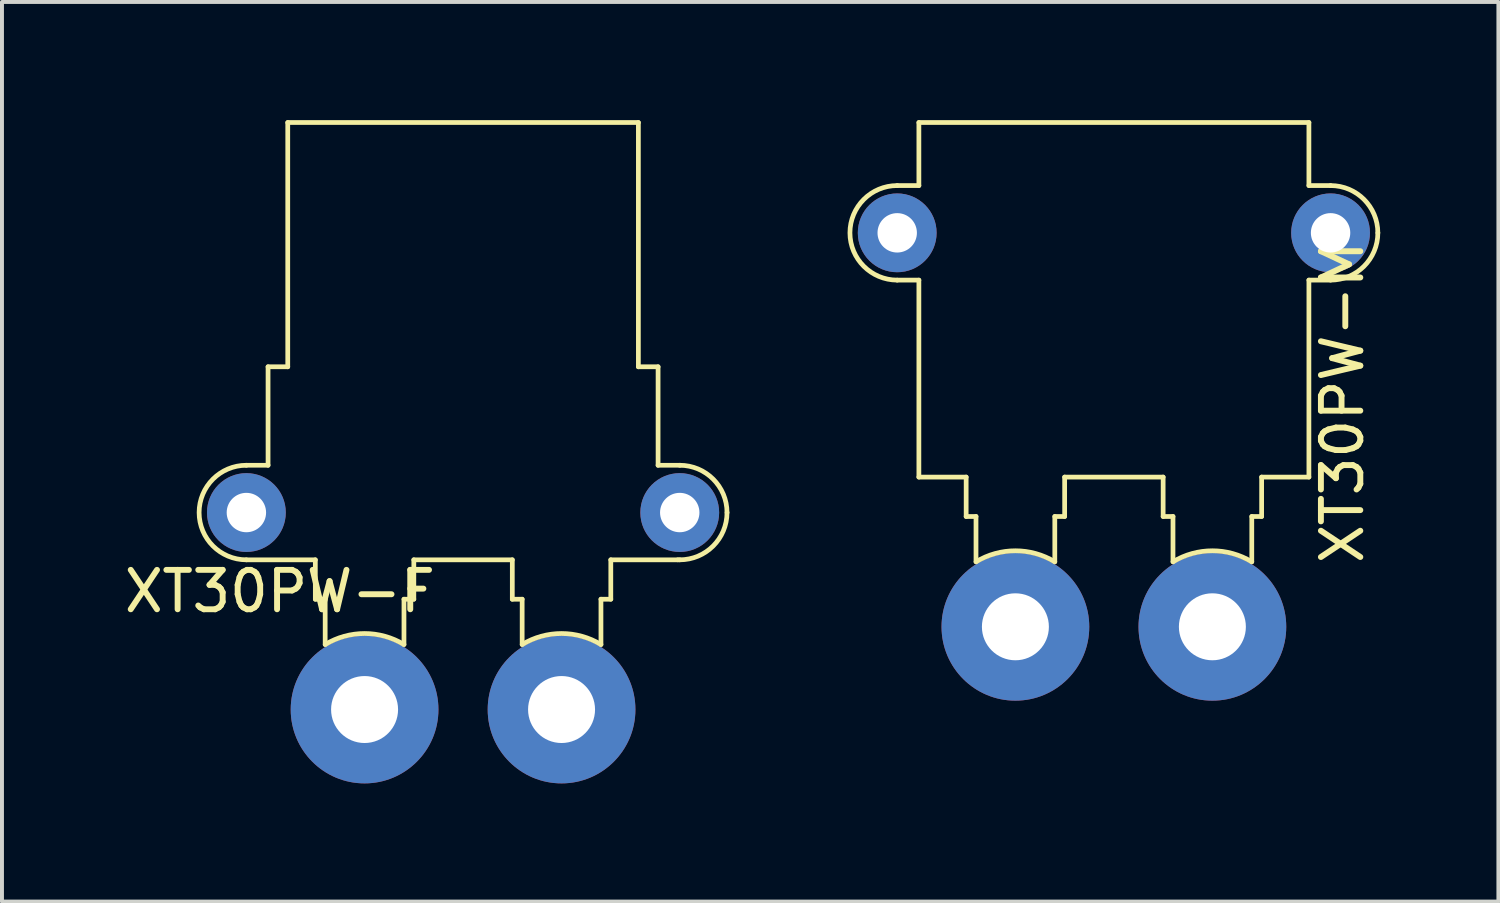
<source format=kicad_pcb>
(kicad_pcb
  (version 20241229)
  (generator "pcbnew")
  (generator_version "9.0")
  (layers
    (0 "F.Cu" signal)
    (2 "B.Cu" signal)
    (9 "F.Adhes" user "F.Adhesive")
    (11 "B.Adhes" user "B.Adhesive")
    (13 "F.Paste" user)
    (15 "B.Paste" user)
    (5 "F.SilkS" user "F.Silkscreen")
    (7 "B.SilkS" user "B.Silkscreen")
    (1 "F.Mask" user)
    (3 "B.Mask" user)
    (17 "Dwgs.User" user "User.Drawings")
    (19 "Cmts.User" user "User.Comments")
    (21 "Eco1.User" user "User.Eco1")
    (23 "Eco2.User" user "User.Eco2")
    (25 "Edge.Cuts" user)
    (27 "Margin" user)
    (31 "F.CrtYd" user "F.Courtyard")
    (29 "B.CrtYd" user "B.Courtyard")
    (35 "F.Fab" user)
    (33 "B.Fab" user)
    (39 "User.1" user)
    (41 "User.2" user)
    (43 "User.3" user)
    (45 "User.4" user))
  (footprint "XT30PW-M"
    (layer "F.Cu")
    (at 22.724 12.86)
    (property "Reference" "XT30PW-M" (at 8.3 -5.7 90) (layer "F.SilkS") (effects (font (size 1 1) (thickness 0.15))))
    (attr through_hole)
    (fp_line (start -3 -11.2) (end -2.45 -11.2) (stroke (width 0.12) (type solid)) (layer "F.SilkS"))
    (fp_line (start -2.45 -11.2) (end -2.45 -12.8) (stroke (width 0.12) (type solid)) (layer "F.SilkS"))
    (fp_line (start -2.45 -8.8) (end -3 -8.8) (stroke (width 0.12) (type solid)) (layer "F.SilkS"))
    (fp_line (start -2.45 -8.8) (end -2.45 -3.8) (stroke (width 0.12) (type solid)) (layer "F.SilkS"))
    (fp_line (start -2.45 -3.8) (end -1.25 -3.8) (stroke (width 0.12) (type solid)) (layer "F.SilkS"))
    (fp_line (start -1.25 -3.8) (end -1.25 -2.8) (stroke (width 0.12) (type solid)) (layer "F.SilkS"))
    (fp_line (start -1.25 -2.8) (end -1 -2.8) (stroke (width 0.12) (type solid)) (layer "F.SilkS"))
    (fp_line (start -1 -2.8) (end -1 -1.65) (stroke (width 0.12) (type solid)) (layer "F.SilkS"))
    (fp_line (start 1 -2.8) (end 1 -1.65) (stroke (width 0.12) (type solid)) (layer "F.SilkS"))
    (fp_line (start 1 -2.8) (end 1.25 -2.8) (stroke (width 0.12) (type solid)) (layer "F.SilkS"))
    (fp_line (start 1.25 -3.8) (end 3.75 -3.8) (stroke (width 0.12) (type solid)) (layer "F.SilkS"))
    (fp_line (start 1.25 -2.8) (end 1.25 -3.8) (stroke (width 0.12) (type solid)) (layer "F.SilkS"))
    (fp_line (start 3.75 -3.8) (end 3.75 -2.8) (stroke (width 0.12) (type solid)) (layer "F.SilkS"))
    (fp_line (start 3.75 -2.8) (end 4 -2.8) (stroke (width 0.12) (type solid)) (layer "F.SilkS"))
    (fp_line (start 4 -2.8) (end 4 -1.65) (stroke (width 0.12) (type solid)) (layer "F.SilkS"))
    (fp_line (start 6 -2.8) (end 6 -1.65) (stroke (width 0.12) (type solid)) (layer "F.SilkS"))
    (fp_line (start 6 -2.8) (end 6.25 -2.8) (stroke (width 0.12) (type solid)) (layer "F.SilkS"))
    (fp_line (start 6.25 -3.8) (end 7.45 -3.8) (stroke (width 0.12) (type solid)) (layer "F.SilkS"))
    (fp_line (start 6.25 -2.8) (end 6.25 -3.8) (stroke (width 0.12) (type solid)) (layer "F.SilkS"))
    (fp_line (start 7.45 -12.8) (end -2.45 -12.8) (stroke (width 0.12) (type solid)) (layer "F.SilkS"))
    (fp_line (start 7.45 -11.2) (end 7.45 -12.8) (stroke (width 0.12) (type solid)) (layer "F.SilkS"))
    (fp_line (start 7.45 -11.2) (end 8 -11.2) (stroke (width 0.12) (type solid)) (layer "F.SilkS"))
    (fp_line (start 7.45 -8.8) (end 7.45 -3.8) (stroke (width 0.12) (type solid)) (layer "F.SilkS"))
    (fp_line (start 7.45 -8.8) (end 8 -8.8) (stroke (width 0.12) (type solid)) (layer "F.SilkS"))
    (fp_arc (start -3 -8.8) (mid -4.2 -10) (end -3 -11.2) (stroke (width 0.12) (type solid)) (layer "F.SilkS"))
    (fp_arc (start -0.998939 -1.650641) (mid 0.00062 -1.929377) (end 0.999999 -1.649999) (stroke (width 0.12) (type solid)) (layer "F.SilkS"))
    (fp_arc (start 4.001061 -1.650641) (mid 5.00062 -1.929377) (end 5.999999 -1.649999) (stroke (width 0.12) (type solid)) (layer "F.SilkS"))
    (fp_arc (start 8 -11.2) (mid 8.848528 -10.848528) (end 9.2 -10) (stroke (width 0.12) (type solid)) (layer "F.SilkS"))
    (fp_arc (start 9.2 -10) (mid 8.848528 -9.151472) (end 8 -8.8) (stroke (width 0.12) (type solid)) (layer "F.SilkS"))
    (pad "" thru_hole circle (at -3 -10) (size 2 2) (drill 1) (layers "*.Cu" "*.Mask"))
    (pad "" thru_hole circle (at 8 -10) (size 2 2) (drill 1) (layers "*.Cu" "*.Mask"))
    (pad "1" thru_hole circle (at 0 0) (size 3.75 3.75) (drill 1.7) (layers "*.Cu" "*.Mask"))
    (pad "2" thru_hole circle (at 5 0) (size 3.75 3.75) (drill 1.7) (layers "*.Cu" "*.Mask")))
  (footprint "XT30PW-F"
    (layer "F.Cu")
    (at 6.204 14.96)
    (property "Reference" "XT30PW-F" (at -2.15 -3 0) (layer "F.SilkS") (effects (font (size 1 1) (thickness 0.15))))
    (attr through_hole)
    (fp_line (start -3 -6.2) (end -2.45 -6.2) (stroke (width 0.12) (type solid)) (layer "F.SilkS"))
    (fp_line (start -3 -3.8) (end -1.25 -3.8) (stroke (width 0.12) (type solid)) (layer "F.SilkS"))
    (fp_line (start -2.45 -6.2) (end -2.45 -8.7) (stroke (width 0.12) (type solid)) (layer "F.SilkS"))
    (fp_line (start -1.95 -8.7) (end -2.45 -8.7) (stroke (width 0.12) (type solid)) (layer "F.SilkS"))
    (fp_line (start -1.95 -8.7) (end -1.95 -14.9) (stroke (width 0.12) (type solid)) (layer "F.SilkS"))
    (fp_line (start -1.25 -3.8) (end -1.25 -2.8) (stroke (width 0.12) (type solid)) (layer "F.SilkS"))
    (fp_line (start -1.25 -2.8) (end -1 -2.8) (stroke (width 0.12) (type solid)) (layer "F.SilkS"))
    (fp_line (start -1 -2.8) (end -1 -1.65) (stroke (width 0.12) (type solid)) (layer "F.SilkS"))
    (fp_line (start 1 -2.8) (end 1 -1.65) (stroke (width 0.12) (type solid)) (layer "F.SilkS"))
    (fp_line (start 1 -2.8) (end 1.25 -2.8) (stroke (width 0.12) (type solid)) (layer "F.SilkS"))
    (fp_line (start 1.25 -3.8) (end 3.75 -3.8) (stroke (width 0.12) (type solid)) (layer "F.SilkS"))
    (fp_line (start 1.25 -2.8) (end 1.25 -3.8) (stroke (width 0.12) (type solid)) (layer "F.SilkS"))
    (fp_line (start 3.75 -3.8) (end 3.75 -2.8) (stroke (width 0.12) (type solid)) (layer "F.SilkS"))
    (fp_line (start 3.75 -2.8) (end 4 -2.8) (stroke (width 0.12) (type solid)) (layer "F.SilkS"))
    (fp_line (start 4 -2.8) (end 4 -1.65) (stroke (width 0.12) (type solid)) (layer "F.SilkS"))
    (fp_line (start 6 -2.8) (end 6 -1.65) (stroke (width 0.12) (type solid)) (layer "F.SilkS"))
    (fp_line (start 6 -2.8) (end 6.25 -2.8) (stroke (width 0.12) (type solid)) (layer "F.SilkS"))
    (fp_line (start 6.25 -3.8) (end 7.95 -3.8) (stroke (width 0.12) (type solid)) (layer "F.SilkS"))
    (fp_line (start 6.25 -2.8) (end 6.25 -3.8) (stroke (width 0.12) (type solid)) (layer "F.SilkS"))
    (fp_line (start 6.95 -14.9) (end -1.95 -14.9) (stroke (width 0.12) (type solid)) (layer "F.SilkS"))
    (fp_line (start 6.95 -8.7) (end 6.95 -14.9) (stroke (width 0.12) (type solid)) (layer "F.SilkS"))
    (fp_line (start 6.95 -8.7) (end 7.45 -8.7) (stroke (width 0.12) (type solid)) (layer "F.SilkS"))
    (fp_line (start 7.45 -6.2) (end 7.45 -8.7) (stroke (width 0.12) (type solid)) (layer "F.SilkS"))
    (fp_line (start 7.45 -6.2) (end 8 -6.2) (stroke (width 0.12) (type solid)) (layer "F.SilkS"))
    (fp_line (start 7.95 -3.8) (end 8 -3.8) (stroke (width 0.12) (type solid)) (layer "F.SilkS"))
    (fp_arc (start -3 -3.8) (mid -4.2 -5) (end -3 -6.2) (stroke (width 0.12) (type solid)) (layer "F.SilkS"))
    (fp_arc (start -0.998939 -1.650641) (mid 0.00062 -1.929377) (end 0.999999 -1.649999) (stroke (width 0.12) (type solid)) (layer "F.SilkS"))
    (fp_arc (start 4.001061 -1.650641) (mid 5.00062 -1.929377) (end 5.999999 -1.649999) (stroke (width 0.12) (type solid)) (layer "F.SilkS"))
    (fp_arc (start 8 -6.2) (mid 8.848528 -5.848528) (end 9.2 -5) (stroke (width 0.12) (type solid)) (layer "F.SilkS"))
    (fp_arc (start 9.2 -5) (mid 8.848528 -4.151472) (end 8 -3.8) (stroke (width 0.12) (type solid)) (layer "F.SilkS"))
    (pad "" thru_hole circle (at -3 -5) (size 2 2) (drill 1) (layers "*.Cu" "*.Mask"))
    (pad "" thru_hole circle (at 8 -5) (size 2 2) (drill 1) (layers "*.Cu" "*.Mask"))
    (pad "1" thru_hole circle (at 0 0) (size 3.75 3.75) (drill 1.7) (layers "*.Cu" "*.Mask"))
    (pad "2" thru_hole circle (at 5 0) (size 3.75 3.75) (drill 1.7) (layers "*.Cu" "*.Mask")))
  (gr_rect
    (start -3 -3)
    (end 34.984 19.835)
    (stroke (width 0.1) (type default))
    (fill no)
    (layer "Edge.Cuts")))
</source>
